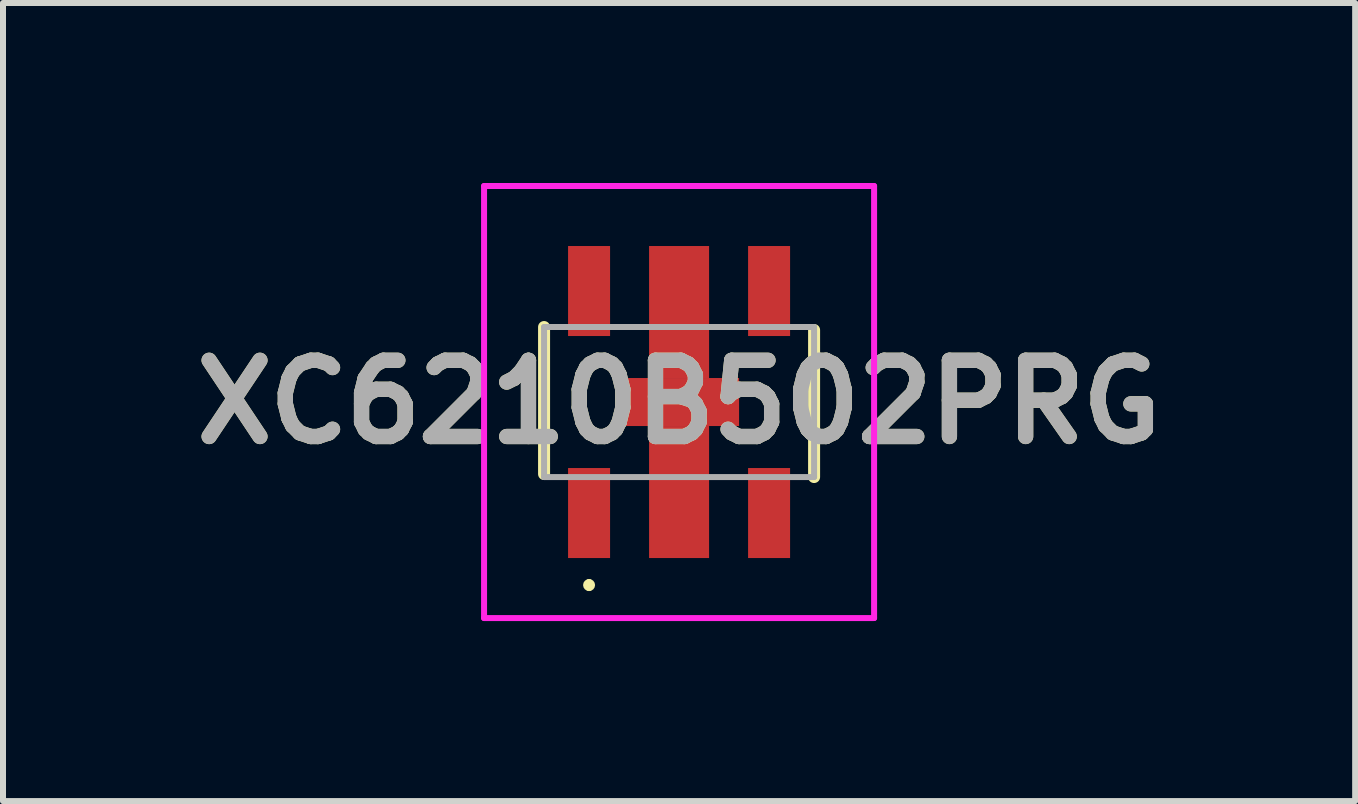
<source format=kicad_pcb>
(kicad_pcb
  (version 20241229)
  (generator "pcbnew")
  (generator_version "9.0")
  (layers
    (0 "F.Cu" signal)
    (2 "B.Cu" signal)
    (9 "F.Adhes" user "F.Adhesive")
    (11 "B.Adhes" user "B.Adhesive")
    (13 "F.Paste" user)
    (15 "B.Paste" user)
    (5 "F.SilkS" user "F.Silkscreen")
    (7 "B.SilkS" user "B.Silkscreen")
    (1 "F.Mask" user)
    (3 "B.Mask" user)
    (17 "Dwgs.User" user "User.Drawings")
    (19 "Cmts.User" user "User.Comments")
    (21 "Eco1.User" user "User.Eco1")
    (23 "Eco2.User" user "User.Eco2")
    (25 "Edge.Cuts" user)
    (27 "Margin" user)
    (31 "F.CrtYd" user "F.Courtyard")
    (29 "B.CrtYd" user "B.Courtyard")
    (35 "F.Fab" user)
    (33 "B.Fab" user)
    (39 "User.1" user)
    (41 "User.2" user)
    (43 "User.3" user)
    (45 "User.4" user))
  (footprint "XC6210B502PRG"
    (layer "F.Cu")
    (at 8.267 3.65)
    (property "Reference" "XC6210B502PRG" (at 0 0 0) (layer "F.SilkS") (effects (font (size 1.27 1.27) (thickness 0.254))))
    (attr smd)
    (fp_line (start -2.25 -1.25) (end -2.25 1.2) (stroke (width 0.2) (type solid)) (layer "F.SilkS"))
    (fp_line (start -1.5 3) (end -1.5 3) (stroke (width 0.1) (type solid)) (layer "F.SilkS"))
    (fp_line (start -1.5 3.1) (end -1.5 3.1) (stroke (width 0.1) (type solid)) (layer "F.SilkS"))
    (fp_line (start 2.25 1.25) (end 2.25 -1.2) (stroke (width 0.2) (type solid)) (layer "F.SilkS"))
    (fp_arc (start -1.5 3) (mid -1.45 3.05) (end -1.5 3.1) (stroke (width 0.1) (type solid)) (layer "F.SilkS"))
    (fp_arc (start -1.5 3.1) (mid -1.55 3.05) (end -1.5 3) (stroke (width 0.1) (type solid)) (layer "F.SilkS"))
    (fp_line (start -3.25 -3.6) (end 3.25 -3.6) (stroke (width 0.1) (type solid)) (layer "F.CrtYd"))
    (fp_line (start -3.25 3.6) (end -3.25 -3.6) (stroke (width 0.1) (type solid)) (layer "F.CrtYd"))
    (fp_line (start 3.25 -3.6) (end 3.25 3.6) (stroke (width 0.1) (type solid)) (layer "F.CrtYd"))
    (fp_line (start 3.25 3.6) (end -3.25 3.6) (stroke (width 0.1) (type solid)) (layer "F.CrtYd"))
    (fp_line (start -2.25 -1.25) (end 2.25 -1.25) (stroke (width 0.1) (type solid)) (layer "F.Fab"))
    (fp_line (start -2.25 1.25) (end -2.25 -1.25) (stroke (width 0.1) (type solid)) (layer "F.Fab"))
    (fp_line (start 2.25 -1.25) (end 2.25 1.25) (stroke (width 0.1) (type solid)) (layer "F.Fab"))
    (fp_line (start 2.25 1.25) (end -2.25 1.25) (stroke (width 0.1) (type solid)) (layer "F.Fab"))
    (fp_text user "${REFERENCE}" (at 0 0 0) (layer "F.Fab") (effects (font (size 1.27 1.27) (thickness 0.254))))
    (pad "1" smd rect (at -1.5 1.85) (size 0.7 1.5) (layers "F.Cu" "F.Mask" "F.Paste"))
    (pad "2" smd rect (at 0 1.5) (size 1 2.2) (layers "F.Cu" "F.Mask" "F.Paste"))
    (pad "3" smd rect (at 1.5 1.85) (size 0.7 1.5) (layers "F.Cu" "F.Mask" "F.Paste"))
    (pad "4" smd rect (at 1.5 -1.85) (size 0.7 1.5) (layers "F.Cu" "F.Mask" "F.Paste"))
    (pad "5" smd rect (at -1.5 -1.85) (size 0.7 1.5) (layers "F.Cu" "F.Mask" "F.Paste"))
    (pad "6" smd rect (at 0 -1.5) (size 1 2.2) (layers "F.Cu" "F.Mask" "F.Paste"))
    (pad "7" smd rect (at 0 0 90) (size 0.8 2) (layers "F.Cu" "F.Mask" "F.Paste")))
  (gr_rect
    (start -3 -3)
    (end 19.534 10.3)
    (stroke (width 0.1) (type default))
    (fill no)
    (layer "Edge.Cuts")))
</source>
